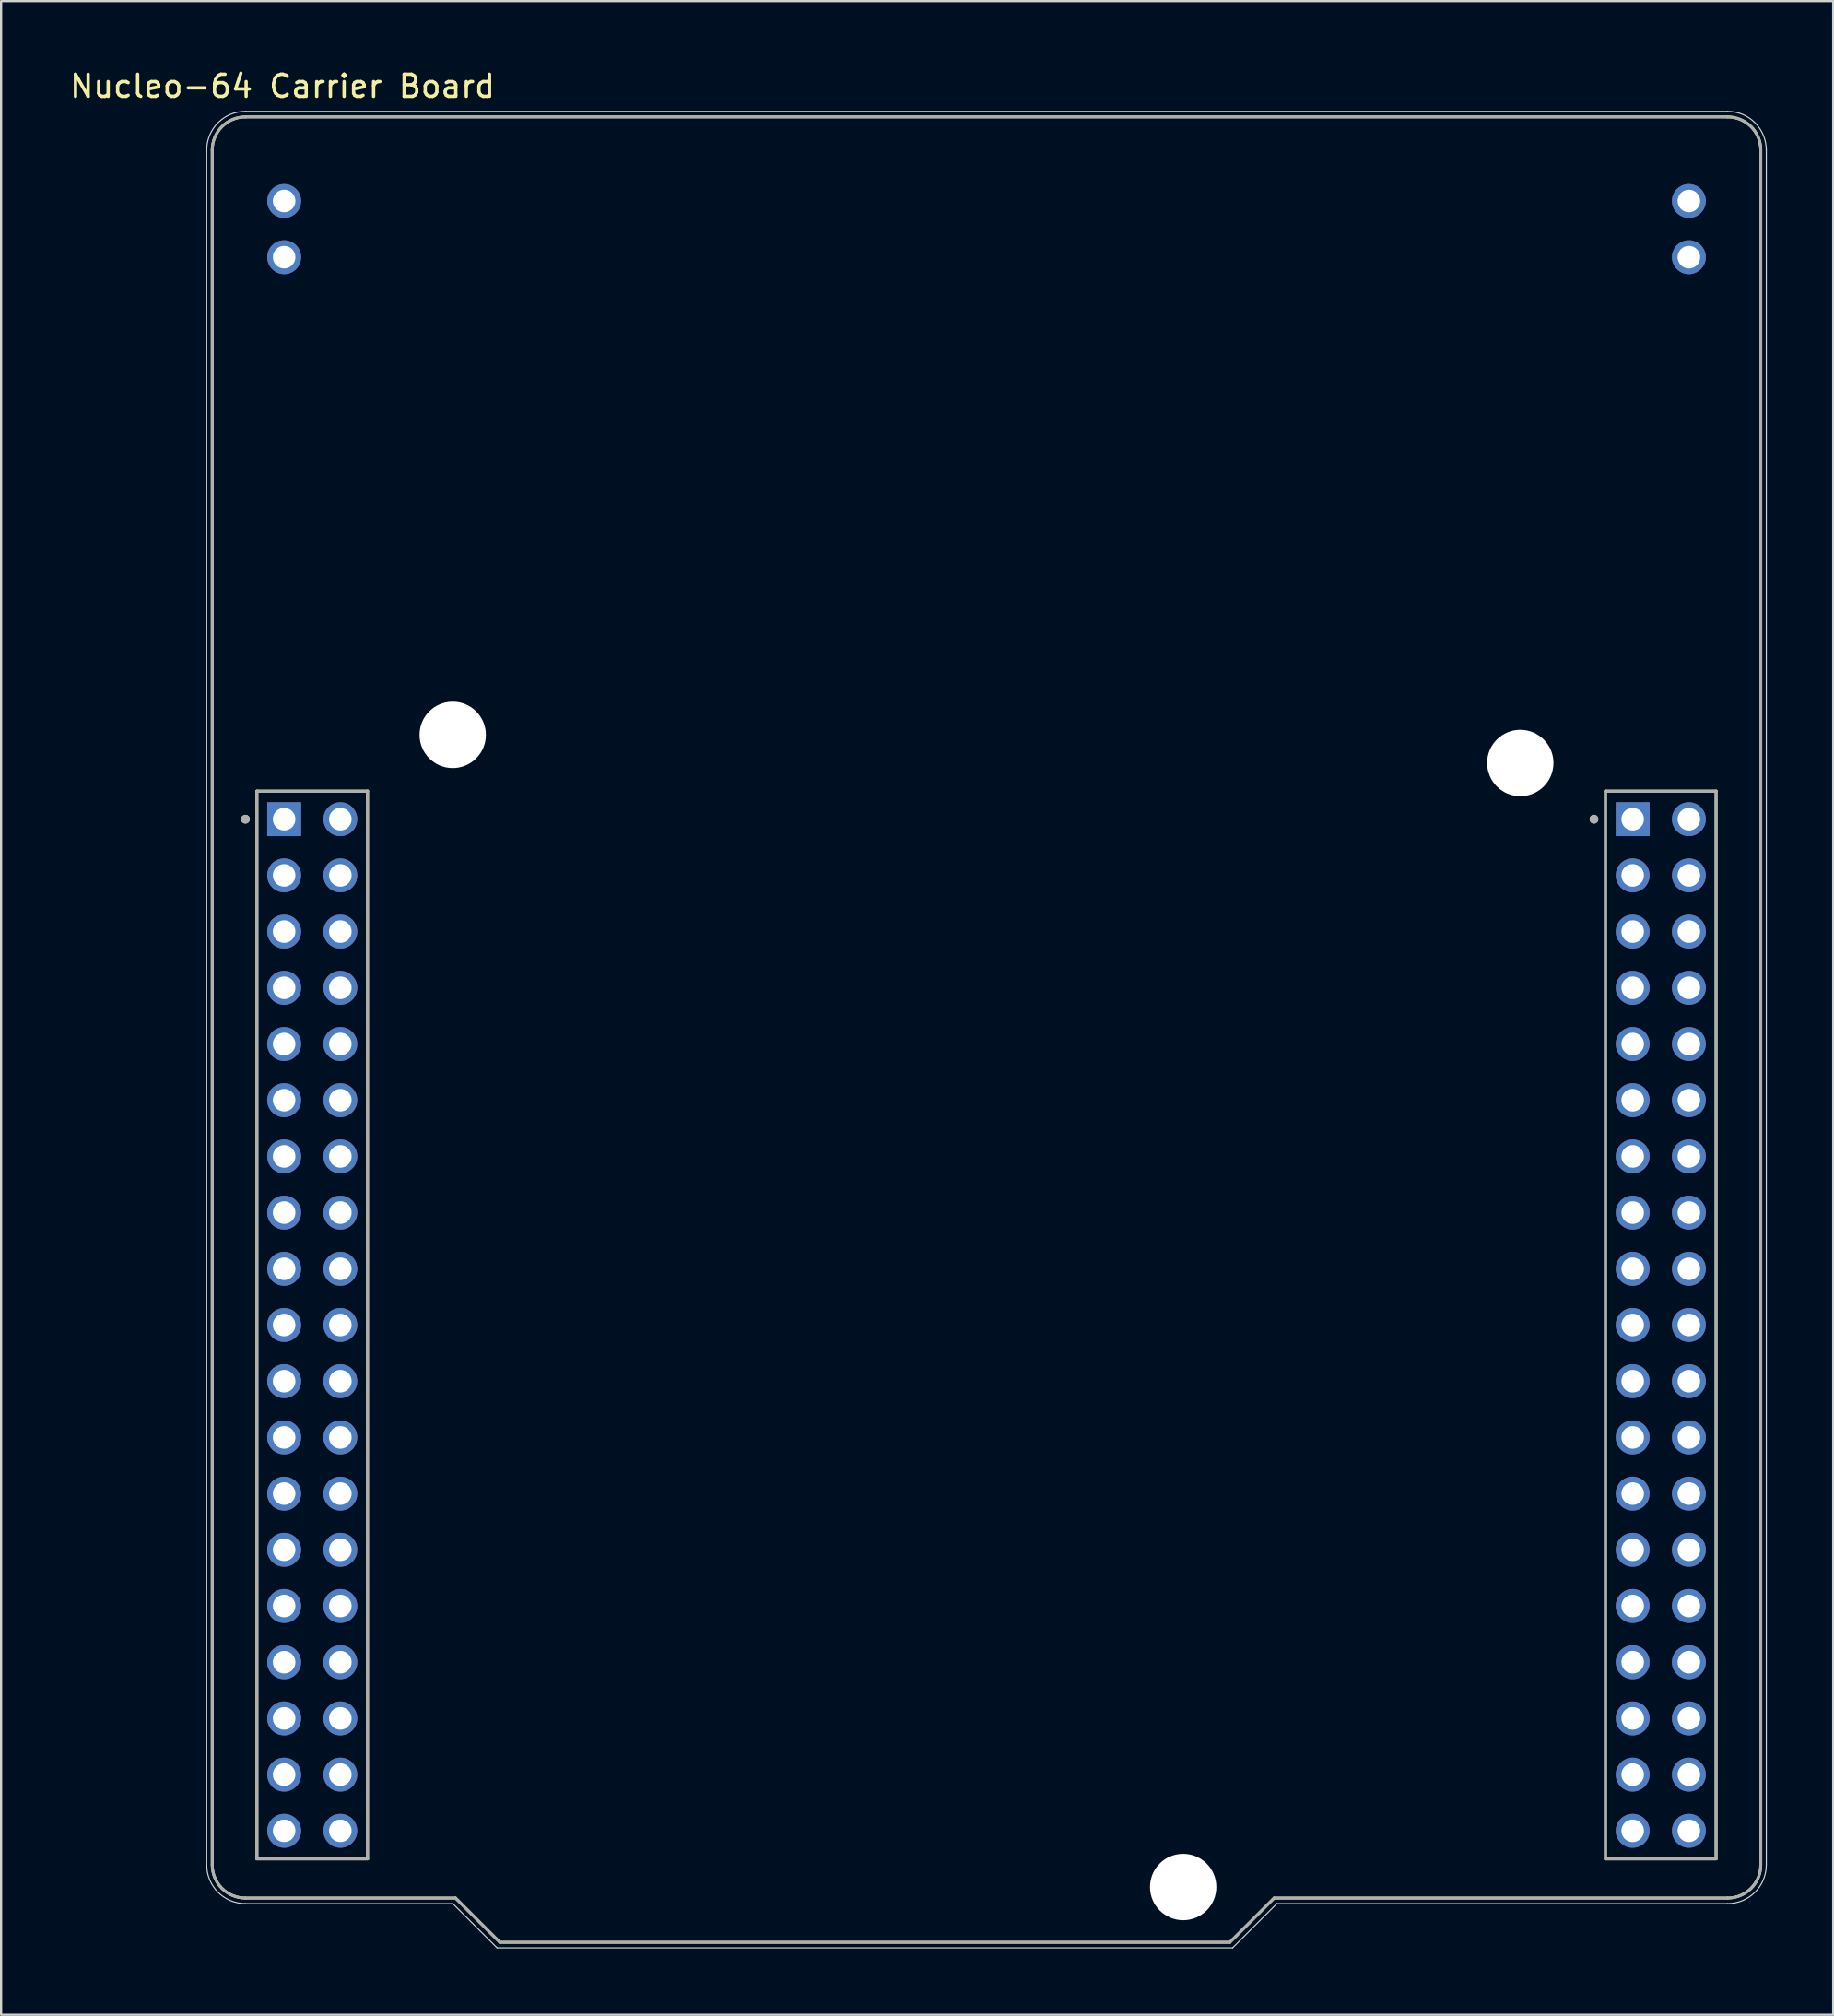
<source format=kicad_pcb>
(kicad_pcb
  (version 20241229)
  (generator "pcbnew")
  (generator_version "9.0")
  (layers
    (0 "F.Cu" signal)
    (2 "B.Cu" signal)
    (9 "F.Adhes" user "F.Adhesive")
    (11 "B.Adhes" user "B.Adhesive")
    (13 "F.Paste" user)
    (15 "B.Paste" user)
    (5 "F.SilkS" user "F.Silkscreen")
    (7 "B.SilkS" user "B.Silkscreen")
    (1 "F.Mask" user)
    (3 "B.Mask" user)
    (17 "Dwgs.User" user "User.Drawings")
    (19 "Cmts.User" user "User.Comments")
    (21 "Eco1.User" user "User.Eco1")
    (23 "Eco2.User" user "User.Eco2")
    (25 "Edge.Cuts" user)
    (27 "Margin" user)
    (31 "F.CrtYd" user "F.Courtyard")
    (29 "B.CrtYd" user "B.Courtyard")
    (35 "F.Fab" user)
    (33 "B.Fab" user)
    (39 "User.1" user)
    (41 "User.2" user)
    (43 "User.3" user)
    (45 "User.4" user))
  (footprint "Nucleo-64 Carrier Board"
    (layer "F.Cu")
    (at 41.545 43.483)
    (property "Reference" "Nucleo-64 Carrier Board" (at -31.825 -42.635 0) (layer "F.SilkS") (effects (font (size 1 1) (thickness 0.15))))
    (attr through_hole)
    (fp_line (start -35 37.75) (end -35 -39.75) (stroke (width 0.127) (type solid)) (layer "F.SilkS"))
    (fp_line (start -33.5 -41.25) (end 33.5 -41.25) (stroke (width 0.127) (type solid)) (layer "F.SilkS"))
    (fp_line (start -32.98 -10.78) (end -32.98 37.48) (stroke (width 0.127) (type solid)) (layer "F.SilkS"))
    (fp_line (start -32.98 37.48) (end -27.98 37.48) (stroke (width 0.127) (type solid)) (layer "F.SilkS"))
    (fp_line (start -27.98 -10.78) (end -32.98 -10.78) (stroke (width 0.127) (type solid)) (layer "F.SilkS"))
    (fp_line (start -27.98 37.48) (end -27.98 -10.78) (stroke (width 0.127) (type solid)) (layer "F.SilkS"))
    (fp_line (start -24 39.25) (end -33.5 39.25) (stroke (width 0.127) (type solid)) (layer "F.SilkS"))
    (fp_line (start -22 41.25) (end -24 39.25) (stroke (width 0.127) (type solid)) (layer "F.SilkS"))
    (fp_line (start 11 41.25) (end -22 41.25) (stroke (width 0.127) (type solid)) (layer "F.SilkS"))
    (fp_line (start 13 39.25) (end 11 41.25) (stroke (width 0.127) (type solid)) (layer "F.SilkS"))
    (fp_line (start 27.98 -10.78) (end 27.98 37.48) (stroke (width 0.127) (type solid)) (layer "F.SilkS"))
    (fp_line (start 27.98 37.48) (end 32.98 37.48) (stroke (width 0.127) (type solid)) (layer "F.SilkS"))
    (fp_line (start 32.98 -10.78) (end 27.98 -10.78) (stroke (width 0.127) (type solid)) (layer "F.SilkS"))
    (fp_line (start 32.98 37.48) (end 32.98 -10.78) (stroke (width 0.127) (type solid)) (layer "F.SilkS"))
    (fp_line (start 33.5 39.25) (end 13 39.25) (stroke (width 0.127) (type solid)) (layer "F.SilkS"))
    (fp_line (start 35 -39.75) (end 35 37.75) (stroke (width 0.127) (type solid)) (layer "F.SilkS"))
    (fp_arc (start -35 -39.75) (mid -34.56066 -40.81066) (end -33.5 -41.25) (stroke (width 0.127) (type solid)) (layer "F.SilkS"))
    (fp_arc (start -33.5 39.25) (mid -34.56066 38.81066) (end -35 37.75) (stroke (width 0.127) (type solid)) (layer "F.SilkS"))
    (fp_arc (start 33.5 -41.25) (mid 34.56066 -40.81066) (end 35 -39.75) (stroke (width 0.127) (type solid)) (layer "F.SilkS"))
    (fp_arc (start 35 37.75) (mid 34.56066 38.81066) (end 33.5 39.25) (stroke (width 0.127) (type solid)) (layer "F.SilkS"))
    (fp_circle (center -33.5 -9.51) (end -33.4 -9.51) (stroke (width 0.2) (type solid)) (fill no) (layer "F.SilkS"))
    (fp_circle (center 27.46 -9.51) (end 27.56 -9.51) (stroke (width 0.2) (type solid)) (fill no) (layer "F.SilkS"))
    (fp_line (start -35.25 37.75) (end -35.25 -39.75) (stroke (width 0.05) (type solid)) (layer "Edge.Cuts"))
    (fp_line (start -33.5 -41.5) (end 33.5 -41.5) (stroke (width 0.05) (type solid)) (layer "Edge.Cuts"))
    (fp_line (start -24.125 39.5) (end -33.5 39.5) (stroke (width 0.05) (type solid)) (layer "Edge.Cuts"))
    (fp_line (start -22.125 41.5) (end -24.125 39.5) (stroke (width 0.05) (type solid)) (layer "Edge.Cuts"))
    (fp_line (start 11.125 41.5) (end -22.125 41.5) (stroke (width 0.05) (type solid)) (layer "Edge.Cuts"))
    (fp_line (start 13.125 39.5) (end 11.125 41.5) (stroke (width 0.05) (type solid)) (layer "Edge.Cuts"))
    (fp_line (start 33.5 39.5) (end 13.125 39.5) (stroke (width 0.05) (type solid)) (layer "Edge.Cuts"))
    (fp_line (start 35.25 -39.75) (end 35.25 37.75) (stroke (width 0.05) (type solid)) (layer "Edge.Cuts"))
    (fp_arc (start -35.25 -39.75) (mid -34.737437 -40.987437) (end -33.5 -41.5) (stroke (width 0.05) (type solid)) (layer "Edge.Cuts"))
    (fp_arc (start -33.5 39.5) (mid -34.737437 38.987437) (end -35.25 37.75) (stroke (width 0.05) (type solid)) (layer "Edge.Cuts"))
    (fp_arc (start 33.5 -41.5) (mid 34.737437 -40.987437) (end 35.25 -39.75) (stroke (width 0.05) (type solid)) (layer "Edge.Cuts"))
    (fp_arc (start 35.25 37.75) (mid 34.737437 38.987437) (end 33.5 39.5) (stroke (width 0.05) (type solid)) (layer "Edge.Cuts"))
    (fp_line (start -35 37.75) (end -35 -39.75) (stroke (width 0.127) (type solid)) (layer "F.Fab"))
    (fp_line (start -33.5 -41.25) (end 33.5 -41.25) (stroke (width 0.127) (type solid)) (layer "F.Fab"))
    (fp_line (start -32.98 -10.78) (end -32.98 37.48) (stroke (width 0.127) (type solid)) (layer "F.Fab"))
    (fp_line (start -32.98 37.48) (end -27.98 37.48) (stroke (width 0.127) (type solid)) (layer "F.Fab"))
    (fp_line (start -27.98 -10.78) (end -32.98 -10.78) (stroke (width 0.127) (type solid)) (layer "F.Fab"))
    (fp_line (start -27.98 37.48) (end -27.98 -10.78) (stroke (width 0.127) (type solid)) (layer "F.Fab"))
    (fp_line (start -24 39.25) (end -33.5 39.25) (stroke (width 0.127) (type solid)) (layer "F.Fab"))
    (fp_line (start -22 41.25) (end -24 39.25) (stroke (width 0.127) (type solid)) (layer "F.Fab"))
    (fp_line (start 11 41.25) (end -22 41.25) (stroke (width 0.127) (type solid)) (layer "F.Fab"))
    (fp_line (start 13 39.25) (end 11 41.25) (stroke (width 0.127) (type solid)) (layer "F.Fab"))
    (fp_line (start 27.98 -10.78) (end 27.98 37.48) (stroke (width 0.127) (type solid)) (layer "F.Fab"))
    (fp_line (start 27.98 37.48) (end 32.98 37.48) (stroke (width 0.127) (type solid)) (layer "F.Fab"))
    (fp_line (start 32.98 -10.78) (end 27.98 -10.78) (stroke (width 0.127) (type solid)) (layer "F.Fab"))
    (fp_line (start 32.98 37.48) (end 32.98 -10.78) (stroke (width 0.127) (type solid)) (layer "F.Fab"))
    (fp_line (start 33.5 39.25) (end 13 39.25) (stroke (width 0.127) (type solid)) (layer "F.Fab"))
    (fp_line (start 35 -39.75) (end 35 37.75) (stroke (width 0.127) (type solid)) (layer "F.Fab"))
    (fp_arc (start -35 -39.75) (mid -34.56066 -40.81066) (end -33.5 -41.25) (stroke (width 0.127) (type solid)) (layer "F.Fab"))
    (fp_arc (start -33.5 39.25) (mid -34.56066 38.81066) (end -35 37.75) (stroke (width 0.127) (type solid)) (layer "F.Fab"))
    (fp_arc (start 33.5 -41.25) (mid 34.56066 -40.81066) (end 35 -39.75) (stroke (width 0.127) (type solid)) (layer "F.Fab"))
    (fp_arc (start 35 37.75) (mid 34.56066 38.81066) (end 33.5 39.25) (stroke (width 0.127) (type solid)) (layer "F.Fab"))
    (fp_circle (center -33.5 -9.51) (end -33.4 -9.51) (stroke (width 0.2) (type solid)) (fill no) (layer "F.Fab"))
    (fp_circle (center 27.46 -9.51) (end 27.56 -9.51) (stroke (width 0.2) (type solid)) (fill no) (layer "F.Fab"))
    (pad "" np_thru_hole circle (at -24.13 -13.32) (size 3 3) (drill 3) (layers "*.Cu" "*.Mask"))
    (pad "" np_thru_hole circle (at 8.89 38.75) (size 3 3) (drill 3) (layers "*.Cu" "*.Mask"))
    (pad "" np_thru_hole circle (at 24.13 -12.05) (size 3 3) (drill 3) (layers "*.Cu" "*.Mask"))
    (pad "1" thru_hole rect (at -31.75 -9.51) (size 1.53 1.53) (drill 1.02) (layers "*.Cu" "*.Mask"))
    (pad "2" thru_hole circle (at -29.21 -9.51) (size 1.53 1.53) (drill 1.02) (layers "*.Cu" "*.Mask"))
    (pad "3" thru_hole circle (at -31.75 -6.97) (size 1.53 1.53) (drill 1.02) (layers "*.Cu" "*.Mask"))
    (pad "4" thru_hole circle (at -29.21 -6.97) (size 1.53 1.53) (drill 1.02) (layers "*.Cu" "*.Mask"))
    (pad "5" thru_hole circle (at -31.75 -4.43) (size 1.53 1.53) (drill 1.02) (layers "*.Cu" "*.Mask"))
    (pad "6" thru_hole circle (at -29.21 -4.43) (size 1.53 1.53) (drill 1.02) (layers "*.Cu" "*.Mask"))
    (pad "7" thru_hole circle (at -31.75 -1.89) (size 1.53 1.53) (drill 1.02) (layers "*.Cu" "*.Mask"))
    (pad "8" thru_hole circle (at -29.21 -1.89) (size 1.53 1.53) (drill 1.02) (layers "*.Cu" "*.Mask"))
    (pad "9" thru_hole circle (at -31.75 0.65) (size 1.53 1.53) (drill 1.02) (layers "*.Cu" "*.Mask"))
    (pad "10" thru_hole circle (at -29.21 0.65) (size 1.53 1.53) (drill 1.02) (layers "*.Cu" "*.Mask"))
    (pad "11" thru_hole circle (at -31.75 3.19) (size 1.53 1.53) (drill 1.02) (layers "*.Cu" "*.Mask"))
    (pad "12" thru_hole circle (at -29.21 3.19) (size 1.53 1.53) (drill 1.02) (layers "*.Cu" "*.Mask"))
    (pad "13" thru_hole circle (at -31.75 5.73) (size 1.53 1.53) (drill 1.02) (layers "*.Cu" "*.Mask"))
    (pad "14" thru_hole circle (at -29.21 5.73) (size 1.53 1.53) (drill 1.02) (layers "*.Cu" "*.Mask"))
    (pad "15" thru_hole circle (at -31.75 8.27) (size 1.53 1.53) (drill 1.02) (layers "*.Cu" "*.Mask"))
    (pad "16" thru_hole circle (at -29.21 8.27) (size 1.53 1.53) (drill 1.02) (layers "*.Cu" "*.Mask"))
    (pad "17" thru_hole circle (at -31.75 10.81) (size 1.53 1.53) (drill 1.02) (layers "*.Cu" "*.Mask"))
    (pad "18" thru_hole circle (at -29.21 10.81) (size 1.53 1.53) (drill 1.02) (layers "*.Cu" "*.Mask"))
    (pad "19" thru_hole circle (at -31.75 13.35) (size 1.53 1.53) (drill 1.02) (layers "*.Cu" "*.Mask"))
    (pad "20" thru_hole circle (at -29.21 13.35) (size 1.53 1.53) (drill 1.02) (layers "*.Cu" "*.Mask"))
    (pad "21" thru_hole circle (at -31.75 15.89) (size 1.53 1.53) (drill 1.02) (layers "*.Cu" "*.Mask"))
    (pad "22" thru_hole circle (at -29.21 15.89) (size 1.53 1.53) (drill 1.02) (layers "*.Cu" "*.Mask"))
    (pad "23" thru_hole circle (at -31.75 18.43) (size 1.53 1.53) (drill 1.02) (layers "*.Cu" "*.Mask"))
    (pad "24" thru_hole circle (at -29.21 18.43) (size 1.53 1.53) (drill 1.02) (layers "*.Cu" "*.Mask"))
    (pad "25" thru_hole circle (at -31.75 20.97) (size 1.53 1.53) (drill 1.02) (layers "*.Cu" "*.Mask"))
    (pad "26" thru_hole circle (at -29.21 20.97) (size 1.53 1.53) (drill 1.02) (layers "*.Cu" "*.Mask"))
    (pad "27" thru_hole circle (at -31.75 23.51) (size 1.53 1.53) (drill 1.02) (layers "*.Cu" "*.Mask"))
    (pad "28" thru_hole circle (at -29.21 23.51) (size 1.53 1.53) (drill 1.02) (layers "*.Cu" "*.Mask"))
    (pad "29" thru_hole circle (at -31.75 26.05) (size 1.53 1.53) (drill 1.02) (layers "*.Cu" "*.Mask"))
    (pad "30" thru_hole circle (at -29.21 26.05) (size 1.53 1.53) (drill 1.02) (layers "*.Cu" "*.Mask"))
    (pad "31" thru_hole circle (at -31.75 28.59) (size 1.53 1.53) (drill 1.02) (layers "*.Cu" "*.Mask"))
    (pad "32" thru_hole circle (at -29.21 28.59) (size 1.53 1.53) (drill 1.02) (layers "*.Cu" "*.Mask"))
    (pad "33" thru_hole circle (at -31.75 31.13) (size 1.53 1.53) (drill 1.02) (layers "*.Cu" "*.Mask"))
    (pad "34" thru_hole circle (at -29.21 31.13) (size 1.53 1.53) (drill 1.02) (layers "*.Cu" "*.Mask"))
    (pad "35" thru_hole circle (at -31.75 33.67) (size 1.53 1.53) (drill 1.02) (layers "*.Cu" "*.Mask"))
    (pad "36" thru_hole circle (at -29.21 33.67) (size 1.53 1.53) (drill 1.02) (layers "*.Cu" "*.Mask"))
    (pad "37" thru_hole circle (at -31.75 36.21) (size 1.53 1.53) (drill 1.02) (layers "*.Cu" "*.Mask"))
    (pad "38" thru_hole circle (at -29.21 36.21) (size 1.53 1.53) (drill 1.02) (layers "*.Cu" "*.Mask"))
    (pad "39" thru_hole rect (at 29.21 -9.51) (size 1.53 1.53) (drill 1.02) (layers "*.Cu" "*.Mask"))
    (pad "40" thru_hole circle (at 31.75 -9.51) (size 1.53 1.53) (drill 1.02) (layers "*.Cu" "*.Mask"))
    (pad "41" thru_hole circle (at 29.21 -6.97) (size 1.53 1.53) (drill 1.02) (layers "*.Cu" "*.Mask"))
    (pad "42" thru_hole circle (at 31.75 -6.97) (size 1.53 1.53) (drill 1.02) (layers "*.Cu" "*.Mask"))
    (pad "43" thru_hole circle (at 29.21 -4.43) (size 1.53 1.53) (drill 1.02) (layers "*.Cu" "*.Mask"))
    (pad "44" thru_hole circle (at 31.75 -4.43) (size 1.53 1.53) (drill 1.02) (layers "*.Cu" "*.Mask"))
    (pad "45" thru_hole circle (at 29.21 -1.89) (size 1.53 1.53) (drill 1.02) (layers "*.Cu" "*.Mask"))
    (pad "46" thru_hole circle (at 31.75 -1.89) (size 1.53 1.53) (drill 1.02) (layers "*.Cu" "*.Mask"))
    (pad "47" thru_hole circle (at 29.21 0.65) (size 1.53 1.53) (drill 1.02) (layers "*.Cu" "*.Mask"))
    (pad "48" thru_hole circle (at 31.75 0.65) (size 1.53 1.53) (drill 1.02) (layers "*.Cu" "*.Mask"))
    (pad "49" thru_hole circle (at 29.21 3.19) (size 1.53 1.53) (drill 1.02) (layers "*.Cu" "*.Mask"))
    (pad "50" thru_hole circle (at 31.75 3.19) (size 1.53 1.53) (drill 1.02) (layers "*.Cu" "*.Mask"))
    (pad "51" thru_hole circle (at 29.21 5.73) (size 1.53 1.53) (drill 1.02) (layers "*.Cu" "*.Mask"))
    (pad "52" thru_hole circle (at 31.75 5.73) (size 1.53 1.53) (drill 1.02) (layers "*.Cu" "*.Mask"))
    (pad "53" thru_hole circle (at 29.21 8.27) (size 1.53 1.53) (drill 1.02) (layers "*.Cu" "*.Mask"))
    (pad "54" thru_hole circle (at 31.75 8.27) (size 1.53 1.53) (drill 1.02) (layers "*.Cu" "*.Mask"))
    (pad "55" thru_hole circle (at 29.21 10.81) (size 1.53 1.53) (drill 1.02) (layers "*.Cu" "*.Mask"))
    (pad "56" thru_hole circle (at 31.75 10.81) (size 1.53 1.53) (drill 1.02) (layers "*.Cu" "*.Mask"))
    (pad "57" thru_hole circle (at 29.21 13.35) (size 1.53 1.53) (drill 1.02) (layers "*.Cu" "*.Mask"))
    (pad "58" thru_hole circle (at 31.75 13.35) (size 1.53 1.53) (drill 1.02) (layers "*.Cu" "*.Mask"))
    (pad "59" thru_hole circle (at 29.21 15.89) (size 1.53 1.53) (drill 1.02) (layers "*.Cu" "*.Mask"))
    (pad "60" thru_hole circle (at 31.75 15.89) (size 1.53 1.53) (drill 1.02) (layers "*.Cu" "*.Mask"))
    (pad "61" thru_hole circle (at 29.21 18.43) (size 1.53 1.53) (drill 1.02) (layers "*.Cu" "*.Mask"))
    (pad "62" thru_hole circle (at 31.75 18.43) (size 1.53 1.53) (drill 1.02) (layers "*.Cu" "*.Mask"))
    (pad "63" thru_hole circle (at 29.21 20.97) (size 1.53 1.53) (drill 1.02) (layers "*.Cu" "*.Mask"))
    (pad "64" thru_hole circle (at 31.75 20.97) (size 1.53 1.53) (drill 1.02) (layers "*.Cu" "*.Mask"))
    (pad "65" thru_hole circle (at 29.21 23.51) (size 1.53 1.53) (drill 1.02) (layers "*.Cu" "*.Mask"))
    (pad "66" thru_hole circle (at 31.75 23.51) (size 1.53 1.53) (drill 1.02) (layers "*.Cu" "*.Mask"))
    (pad "67" thru_hole circle (at 29.21 26.05) (size 1.53 1.53) (drill 1.02) (layers "*.Cu" "*.Mask"))
    (pad "68" thru_hole circle (at 31.75 26.05) (size 1.53 1.53) (drill 1.02) (layers "*.Cu" "*.Mask"))
    (pad "69" thru_hole circle (at 29.21 28.59) (size 1.53 1.53) (drill 1.02) (layers "*.Cu" "*.Mask"))
    (pad "70" thru_hole circle (at 31.75 28.59) (size 1.53 1.53) (drill 1.02) (layers "*.Cu" "*.Mask"))
    (pad "71" thru_hole circle (at 29.21 31.13) (size 1.53 1.53) (drill 1.02) (layers "*.Cu" "*.Mask"))
    (pad "72" thru_hole circle (at 31.75 31.13) (size 1.53 1.53) (drill 1.02) (layers "*.Cu" "*.Mask"))
    (pad "73" thru_hole circle (at 29.21 33.67) (size 1.53 1.53) (drill 1.02) (layers "*.Cu" "*.Mask"))
    (pad "74" thru_hole circle (at 31.75 33.67) (size 1.53 1.53) (drill 1.02) (layers "*.Cu" "*.Mask"))
    (pad "75" thru_hole circle (at 29.21 36.21) (size 1.53 1.53) (drill 1.02) (layers "*.Cu" "*.Mask"))
    (pad "76" thru_hole circle (at 31.75 36.21) (size 1.53 1.53) (drill 1.02) (layers "*.Cu" "*.Mask"))
    (pad "77" thru_hole circle (at -31.75 -34.91) (size 1.53 1.53) (drill 1.02) (layers "*.Cu" "*.Mask"))
    (pad "78" thru_hole circle (at -31.75 -37.45) (size 1.53 1.53) (drill 1.02) (layers "*.Cu" "*.Mask"))
    (pad "79" thru_hole circle (at 31.75 -37.45) (size 1.53 1.53) (drill 1.02) (layers "*.Cu" "*.Mask"))
    (pad "80" thru_hole circle (at 31.75 -34.91) (size 1.53 1.53) (drill 1.02) (layers "*.Cu" "*.Mask")))
  (gr_rect
    (start -3 -3)
    (end 79.82 88.008)
    (stroke (width 0.1) (type default))
    (fill no)
    (layer "Edge.Cuts")))
</source>
